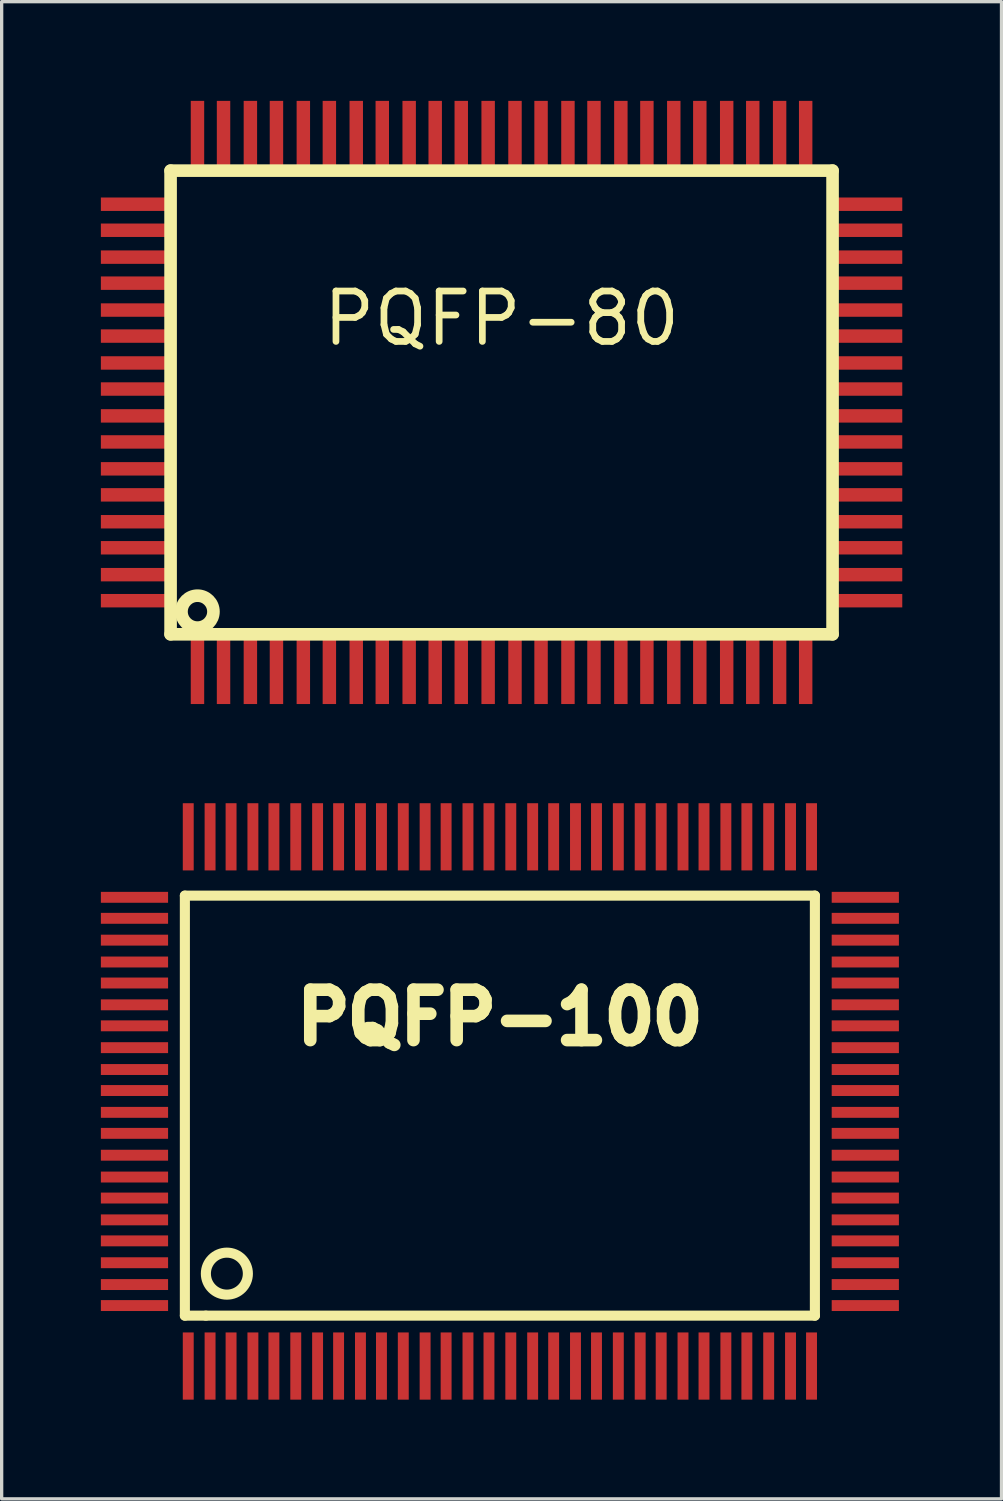
<source format=kicad_pcb>
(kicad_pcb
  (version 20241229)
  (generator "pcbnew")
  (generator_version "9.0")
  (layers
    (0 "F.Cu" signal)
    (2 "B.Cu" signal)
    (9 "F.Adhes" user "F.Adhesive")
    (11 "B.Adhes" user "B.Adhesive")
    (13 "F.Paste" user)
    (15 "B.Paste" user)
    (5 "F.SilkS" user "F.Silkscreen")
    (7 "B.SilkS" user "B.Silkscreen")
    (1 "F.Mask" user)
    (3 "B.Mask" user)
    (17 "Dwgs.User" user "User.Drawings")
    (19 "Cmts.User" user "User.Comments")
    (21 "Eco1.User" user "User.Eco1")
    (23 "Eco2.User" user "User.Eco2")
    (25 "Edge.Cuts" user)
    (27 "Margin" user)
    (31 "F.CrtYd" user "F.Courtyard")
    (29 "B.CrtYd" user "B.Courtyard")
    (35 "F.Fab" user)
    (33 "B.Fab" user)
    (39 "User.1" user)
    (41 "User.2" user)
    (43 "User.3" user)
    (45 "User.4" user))
  (footprint "PQFP-100"
    (layer "F.Cu")
    (at 12.065 30.254)
    (property "Reference" "PQFP-100" (at 0 -2.54 0) (layer "F.SilkS") (effects (font (size 1.524 1.524) (thickness 0.381))))
    (attr smd)
    (fp_line (start -9.525 -6.223) (end 9.525 -6.223) (stroke (width 0.305) (type solid)) (layer "F.SilkS"))
    (fp_line (start -9.525 6.477) (end -9.525 -6.223) (stroke (width 0.305) (type solid)) (layer "F.SilkS"))
    (fp_line (start -8.89 6.477) (end -9.525 6.477) (stroke (width 0.305) (type solid)) (layer "F.SilkS"))
    (fp_line (start 9.525 -6.223) (end 9.525 6.477) (stroke (width 0.305) (type solid)) (layer "F.SilkS"))
    (fp_line (start 9.525 6.477) (end -8.89 6.477) (stroke (width 0.305) (type solid)) (layer "F.SilkS"))
    (fp_circle (center -8.255 5.207) (end -8.255 5.842) (stroke (width 0.305) (type solid)) (fill no) (layer "F.SilkS"))
    (pad "1" smd rect (at -9.423 8.001) (size 0.33 2.032) (layers "F.Cu" "F.Mask" "F.Paste"))
    (pad "2" smd rect (at -8.763 8.001) (size 0.33 2.032) (layers "F.Cu" "F.Mask" "F.Paste"))
    (pad "3" smd rect (at -8.128 8.001) (size 0.33 2.032) (layers "F.Cu" "F.Mask" "F.Paste"))
    (pad "4" smd rect (at -7.468 8.001) (size 0.33 2.032) (layers "F.Cu" "F.Mask" "F.Paste"))
    (pad "5" smd rect (at -6.833 8.001) (size 0.33 2.032) (layers "F.Cu" "F.Mask" "F.Paste"))
    (pad "6" smd rect (at -6.172 8.001) (size 0.33 2.032) (layers "F.Cu" "F.Mask" "F.Paste"))
    (pad "7" smd rect (at -5.512 8.001) (size 0.33 2.032) (layers "F.Cu" "F.Mask" "F.Paste"))
    (pad "8" smd rect (at -4.877 8.001) (size 0.33 2.032) (layers "F.Cu" "F.Mask" "F.Paste"))
    (pad "9" smd rect (at -4.216 8.001) (size 0.33 2.032) (layers "F.Cu" "F.Mask" "F.Paste"))
    (pad "10" smd rect (at -3.581 8.001) (size 0.33 2.032) (layers "F.Cu" "F.Mask" "F.Paste"))
    (pad "11" smd rect (at -2.921 8.001) (size 0.33 2.032) (layers "F.Cu" "F.Mask" "F.Paste"))
    (pad "12" smd rect (at -2.261 8.001) (size 0.33 2.032) (layers "F.Cu" "F.Mask" "F.Paste"))
    (pad "13" smd rect (at -1.626 8.001) (size 0.33 2.032) (layers "F.Cu" "F.Mask" "F.Paste"))
    (pad "14" smd rect (at -0.965 8.001) (size 0.33 2.032) (layers "F.Cu" "F.Mask" "F.Paste"))
    (pad "15" smd rect (at -0.33 8.001) (size 0.33 2.032) (layers "F.Cu" "F.Mask" "F.Paste"))
    (pad "16" smd rect (at 0.33 8.001) (size 0.33 2.032) (layers "F.Cu" "F.Mask" "F.Paste"))
    (pad "17" smd rect (at 0.991 8.001) (size 0.33 2.032) (layers "F.Cu" "F.Mask" "F.Paste"))
    (pad "18" smd rect (at 1.626 8.001) (size 0.33 2.032) (layers "F.Cu" "F.Mask" "F.Paste"))
    (pad "19" smd rect (at 2.286 8.001) (size 0.33 2.032) (layers "F.Cu" "F.Mask" "F.Paste"))
    (pad "20" smd rect (at 2.921 8.001) (size 0.33 2.032) (layers "F.Cu" "F.Mask" "F.Paste"))
    (pad "21" smd rect (at 3.581 8.001) (size 0.33 2.032) (layers "F.Cu" "F.Mask" "F.Paste"))
    (pad "22" smd rect (at 4.242 8.001) (size 0.33 2.032) (layers "F.Cu" "F.Mask" "F.Paste"))
    (pad "23" smd rect (at 4.877 8.001) (size 0.33 2.032) (layers "F.Cu" "F.Mask" "F.Paste"))
    (pad "24" smd rect (at 5.537 8.001) (size 0.33 2.032) (layers "F.Cu" "F.Mask" "F.Paste"))
    (pad "25" smd rect (at 6.172 8.001) (size 0.33 2.032) (layers "F.Cu" "F.Mask" "F.Paste"))
    (pad "26" smd rect (at 6.833 8.001) (size 0.33 2.032) (layers "F.Cu" "F.Mask" "F.Paste"))
    (pad "27" smd rect (at 7.468 8.001) (size 0.33 2.032) (layers "F.Cu" "F.Mask" "F.Paste"))
    (pad "28" smd rect (at 8.128 8.001) (size 0.33 2.032) (layers "F.Cu" "F.Mask" "F.Paste"))
    (pad "29" smd rect (at 8.788 8.001) (size 0.33 2.032) (layers "F.Cu" "F.Mask" "F.Paste"))
    (pad "30" smd rect (at 9.423 8.001) (size 0.33 2.032) (layers "F.Cu" "F.Mask" "F.Paste"))
    (pad "31" smd rect (at 11.049 6.172) (size 2.032 0.33) (layers "F.Cu" "F.Mask" "F.Paste"))
    (pad "32" smd rect (at 11.049 5.537) (size 2.032 0.33) (layers "F.Cu" "F.Mask" "F.Paste"))
    (pad "33" smd rect (at 11.049 4.877) (size 2.032 0.33) (layers "F.Cu" "F.Mask" "F.Paste"))
    (pad "34" smd rect (at 11.049 4.216) (size 2.032 0.33) (layers "F.Cu" "F.Mask" "F.Paste"))
    (pad "35" smd rect (at 11.049 3.581) (size 2.032 0.33) (layers "F.Cu" "F.Mask" "F.Paste"))
    (pad "36" smd rect (at 11.049 2.921) (size 2.032 0.33) (layers "F.Cu" "F.Mask" "F.Paste"))
    (pad "37" smd rect (at 11.049 2.286) (size 2.032 0.33) (layers "F.Cu" "F.Mask" "F.Paste"))
    (pad "38" smd rect (at 11.049 1.626) (size 2.032 0.33) (layers "F.Cu" "F.Mask" "F.Paste"))
    (pad "39" smd rect (at 11.049 0.965) (size 2.032 0.33) (layers "F.Cu" "F.Mask" "F.Paste"))
    (pad "40" smd rect (at 11.049 0.33) (size 2.032 0.33) (layers "F.Cu" "F.Mask" "F.Paste"))
    (pad "41" smd rect (at 11.049 -0.33) (size 2.032 0.33) (layers "F.Cu" "F.Mask" "F.Paste"))
    (pad "42" smd rect (at 11.049 -0.965) (size 2.032 0.33) (layers "F.Cu" "F.Mask" "F.Paste"))
    (pad "43" smd rect (at 11.049 -1.626) (size 2.032 0.33) (layers "F.Cu" "F.Mask" "F.Paste"))
    (pad "44" smd rect (at 11.049 -2.286) (size 2.032 0.33) (layers "F.Cu" "F.Mask" "F.Paste"))
    (pad "45" smd rect (at 11.049 -2.921) (size 2.032 0.33) (layers "F.Cu" "F.Mask" "F.Paste"))
    (pad "46" smd rect (at 11.049 -3.581) (size 2.032 0.33) (layers "F.Cu" "F.Mask" "F.Paste"))
    (pad "47" smd rect (at 11.049 -4.216) (size 2.032 0.33) (layers "F.Cu" "F.Mask" "F.Paste"))
    (pad "48" smd rect (at 11.049 -4.877) (size 2.032 0.33) (layers "F.Cu" "F.Mask" "F.Paste"))
    (pad "49" smd rect (at 11.049 -5.537) (size 2.032 0.33) (layers "F.Cu" "F.Mask" "F.Paste"))
    (pad "50" smd rect (at 11.049 -6.172) (size 2.032 0.33) (layers "F.Cu" "F.Mask" "F.Paste"))
    (pad "51" smd rect (at 9.423 -8.001) (size 0.33 2.032) (layers "F.Cu" "F.Mask" "F.Paste"))
    (pad "52" smd rect (at 8.788 -8.001) (size 0.33 2.032) (layers "F.Cu" "F.Mask" "F.Paste"))
    (pad "53" smd rect (at 8.128 -8.001) (size 0.33 2.032) (layers "F.Cu" "F.Mask" "F.Paste"))
    (pad "54" smd rect (at 7.468 -8.001) (size 0.33 2.032) (layers "F.Cu" "F.Mask" "F.Paste"))
    (pad "55" smd rect (at 6.833 -8.001) (size 0.33 2.032) (layers "F.Cu" "F.Mask" "F.Paste"))
    (pad "56" smd rect (at 6.172 -8.001) (size 0.33 2.032) (layers "F.Cu" "F.Mask" "F.Paste"))
    (pad "57" smd rect (at 5.537 -8.001) (size 0.33 2.032) (layers "F.Cu" "F.Mask" "F.Paste"))
    (pad "58" smd rect (at 4.877 -8.001) (size 0.33 2.032) (layers "F.Cu" "F.Mask" "F.Paste"))
    (pad "59" smd rect (at 4.242 -8.001) (size 0.33 2.032) (layers "F.Cu" "F.Mask" "F.Paste"))
    (pad "60" smd rect (at 3.581 -8.001) (size 0.33 2.032) (layers "F.Cu" "F.Mask" "F.Paste"))
    (pad "61" smd rect (at 2.921 -8.001) (size 0.33 2.032) (layers "F.Cu" "F.Mask" "F.Paste"))
    (pad "62" smd rect (at 2.286 -8.001) (size 0.33 2.032) (layers "F.Cu" "F.Mask" "F.Paste"))
    (pad "63" smd rect (at 1.626 -8.001) (size 0.33 2.032) (layers "F.Cu" "F.Mask" "F.Paste"))
    (pad "64" smd rect (at 0.991 -8.001) (size 0.33 2.032) (layers "F.Cu" "F.Mask" "F.Paste"))
    (pad "65" smd rect (at 0.33 -8.001) (size 0.33 2.032) (layers "F.Cu" "F.Mask" "F.Paste"))
    (pad "66" smd rect (at -0.33 -8.001) (size 0.33 2.032) (layers "F.Cu" "F.Mask" "F.Paste"))
    (pad "67" smd rect (at -0.965 -8.001) (size 0.33 2.032) (layers "F.Cu" "F.Mask" "F.Paste"))
    (pad "68" smd rect (at -1.626 -8.001) (size 0.33 2.032) (layers "F.Cu" "F.Mask" "F.Paste"))
    (pad "69" smd rect (at -2.261 -8.001) (size 0.33 2.032) (layers "F.Cu" "F.Mask" "F.Paste"))
    (pad "70" smd rect (at -2.921 -8.001) (size 0.33 2.032) (layers "F.Cu" "F.Mask" "F.Paste"))
    (pad "71" smd rect (at -3.581 -8.001) (size 0.33 2.032) (layers "F.Cu" "F.Mask" "F.Paste"))
    (pad "72" smd rect (at -4.216 -8.001) (size 0.33 2.032) (layers "F.Cu" "F.Mask" "F.Paste"))
    (pad "73" smd rect (at -4.877 -8.001) (size 0.33 2.032) (layers "F.Cu" "F.Mask" "F.Paste"))
    (pad "74" smd rect (at -5.512 -8.001) (size 0.33 2.032) (layers "F.Cu" "F.Mask" "F.Paste"))
    (pad "75" smd rect (at -6.172 -8.001) (size 0.33 2.032) (layers "F.Cu" "F.Mask" "F.Paste"))
    (pad "76" smd rect (at -6.833 -8.001) (size 0.33 2.032) (layers "F.Cu" "F.Mask" "F.Paste"))
    (pad "77" smd rect (at -7.468 -8.001) (size 0.33 2.032) (layers "F.Cu" "F.Mask" "F.Paste"))
    (pad "78" smd rect (at -8.128 -8.001) (size 0.33 2.032) (layers "F.Cu" "F.Mask" "F.Paste"))
    (pad "79" smd rect (at -8.763 -8.001) (size 0.33 2.032) (layers "F.Cu" "F.Mask" "F.Paste"))
    (pad "80" smd rect (at -9.423 -8.001) (size 0.33 2.032) (layers "F.Cu" "F.Mask" "F.Paste"))
    (pad "81" smd rect (at -11.049 -6.172) (size 2.032 0.33) (layers "F.Cu" "F.Mask" "F.Paste"))
    (pad "82" smd rect (at -11.049 -5.537) (size 2.032 0.33) (layers "F.Cu" "F.Mask" "F.Paste"))
    (pad "83" smd rect (at -11.049 -4.877) (size 2.032 0.33) (layers "F.Cu" "F.Mask" "F.Paste"))
    (pad "84" smd rect (at -11.049 -4.216) (size 2.032 0.33) (layers "F.Cu" "F.Mask" "F.Paste"))
    (pad "85" smd rect (at -11.049 -3.581) (size 2.032 0.33) (layers "F.Cu" "F.Mask" "F.Paste"))
    (pad "86" smd rect (at -11.049 -2.921) (size 2.032 0.33) (layers "F.Cu" "F.Mask" "F.Paste"))
    (pad "87" smd rect (at -11.049 -2.286) (size 2.032 0.33) (layers "F.Cu" "F.Mask" "F.Paste"))
    (pad "88" smd rect (at -11.049 -1.626) (size 2.032 0.33) (layers "F.Cu" "F.Mask" "F.Paste"))
    (pad "89" smd rect (at -11.049 -0.965) (size 2.032 0.33) (layers "F.Cu" "F.Mask" "F.Paste"))
    (pad "90" smd rect (at -11.049 -0.33) (size 2.032 0.33) (layers "F.Cu" "F.Mask" "F.Paste"))
    (pad "91" smd rect (at -11.049 0.33) (size 2.032 0.33) (layers "F.Cu" "F.Mask" "F.Paste"))
    (pad "92" smd rect (at -11.049 0.965) (size 2.032 0.33) (layers "F.Cu" "F.Mask" "F.Paste"))
    (pad "93" smd rect (at -11.049 1.626) (size 2.032 0.33) (layers "F.Cu" "F.Mask" "F.Paste"))
    (pad "94" smd rect (at -11.049 2.286) (size 2.032 0.33) (layers "F.Cu" "F.Mask" "F.Paste"))
    (pad "95" smd rect (at -11.049 2.921) (size 2.032 0.33) (layers "F.Cu" "F.Mask" "F.Paste"))
    (pad "96" smd rect (at -11.049 3.581) (size 2.032 0.33) (layers "F.Cu" "F.Mask" "F.Paste"))
    (pad "97" smd rect (at -11.049 4.216) (size 2.032 0.33) (layers "F.Cu" "F.Mask" "F.Paste"))
    (pad "98" smd rect (at -11.049 4.877) (size 2.032 0.33) (layers "F.Cu" "F.Mask" "F.Paste"))
    (pad "99" smd rect (at -11.049 5.537) (size 2.032 0.33) (layers "F.Cu" "F.Mask" "F.Paste"))
    (pad "100" smd rect (at -11.049 6.172) (size 2.032 0.33) (layers "F.Cu" "F.Mask" "F.Paste")))
  (footprint "PQFP-80"
    (layer "F.Cu")
    (at 12.116 9.119)
    (property "Reference" "PQFP-80" (at 0 -2.54 0) (layer "F.SilkS") (effects (font (size 1.524 1.524) (thickness 0.203))))
    (attr smd)
    (fp_line (start -10.008 -7.01) (end -10.008 7.01) (stroke (width 0.381) (type solid)) (layer "F.SilkS"))
    (fp_line (start -10.008 7.01) (end 10.008 7.01) (stroke (width 0.381) (type solid)) (layer "F.SilkS"))
    (fp_line (start 10.008 -7.01) (end -10.008 -7.01) (stroke (width 0.381) (type solid)) (layer "F.SilkS"))
    (fp_line (start 10.008 7.01) (end 10.008 -7.01) (stroke (width 0.381) (type solid)) (layer "F.SilkS"))
    (fp_circle (center -9.195 6.325) (end -9.195 5.842) (stroke (width 0.381) (type solid)) (fill no) (layer "F.SilkS"))
    (pad "1" smd rect (at -9.195 8.103) (size 0.406 2.032) (layers "F.Cu" "F.Mask" "F.Paste"))
    (pad "2" smd rect (at -8.407 8.103) (size 0.406 2.032) (layers "F.Cu" "F.Mask" "F.Paste"))
    (pad "3" smd rect (at -7.595 8.103) (size 0.406 2.032) (layers "F.Cu" "F.Mask" "F.Paste"))
    (pad "4" smd rect (at -6.807 8.103) (size 0.406 2.032) (layers "F.Cu" "F.Mask" "F.Paste"))
    (pad "5" smd rect (at -5.994 8.103) (size 0.406 2.032) (layers "F.Cu" "F.Mask" "F.Paste"))
    (pad "6" smd rect (at -5.207 8.103) (size 0.406 2.032) (layers "F.Cu" "F.Mask" "F.Paste"))
    (pad "7" smd rect (at -4.394 8.103) (size 0.406 2.032) (layers "F.Cu" "F.Mask" "F.Paste"))
    (pad "8" smd rect (at -3.607 8.103) (size 0.406 2.032) (layers "F.Cu" "F.Mask" "F.Paste"))
    (pad "9" smd rect (at -2.794 8.103) (size 0.406 2.032) (layers "F.Cu" "F.Mask" "F.Paste"))
    (pad "10" smd rect (at -2.007 8.103) (size 0.406 2.032) (layers "F.Cu" "F.Mask" "F.Paste"))
    (pad "11" smd rect (at -1.219 8.103) (size 0.406 2.032) (layers "F.Cu" "F.Mask" "F.Paste"))
    (pad "12" smd rect (at -0.406 8.103) (size 0.406 2.032) (layers "F.Cu" "F.Mask" "F.Paste"))
    (pad "13" smd rect (at 0.406 8.103) (size 0.406 2.032) (layers "F.Cu" "F.Mask" "F.Paste"))
    (pad "14" smd rect (at 1.194 8.103) (size 0.406 2.032) (layers "F.Cu" "F.Mask" "F.Paste"))
    (pad "15" smd rect (at 2.007 8.103) (size 0.406 2.032) (layers "F.Cu" "F.Mask" "F.Paste"))
    (pad "16" smd rect (at 2.794 8.103) (size 0.406 2.032) (layers "F.Cu" "F.Mask" "F.Paste"))
    (pad "17" smd rect (at 3.607 8.103) (size 0.406 2.032) (layers "F.Cu" "F.Mask" "F.Paste"))
    (pad "18" smd rect (at 4.394 8.103) (size 0.406 2.032) (layers "F.Cu" "F.Mask" "F.Paste"))
    (pad "19" smd rect (at 5.207 8.103) (size 0.406 2.032) (layers "F.Cu" "F.Mask" "F.Paste"))
    (pad "20" smd rect (at 5.994 8.103) (size 0.406 2.032) (layers "F.Cu" "F.Mask" "F.Paste"))
    (pad "21" smd rect (at 6.807 8.103) (size 0.406 2.032) (layers "F.Cu" "F.Mask" "F.Paste"))
    (pad "22" smd rect (at 7.595 8.103) (size 0.406 2.032) (layers "F.Cu" "F.Mask" "F.Paste"))
    (pad "23" smd rect (at 8.407 8.103) (size 0.406 2.032) (layers "F.Cu" "F.Mask" "F.Paste"))
    (pad "24" smd rect (at 9.195 8.103) (size 0.406 2.032) (layers "F.Cu" "F.Mask" "F.Paste"))
    (pad "25" smd rect (at 11.1 5.994) (size 2.032 0.406) (layers "F.Cu" "F.Mask" "F.Paste"))
    (pad "26" smd rect (at 11.1 5.207) (size 2.032 0.406) (layers "F.Cu" "F.Mask" "F.Paste"))
    (pad "27" smd rect (at 11.1 4.394) (size 2.032 0.406) (layers "F.Cu" "F.Mask" "F.Paste"))
    (pad "28" smd rect (at 11.1 3.607) (size 2.032 0.406) (layers "F.Cu" "F.Mask" "F.Paste"))
    (pad "29" smd rect (at 11.1 2.794) (size 2.032 0.406) (layers "F.Cu" "F.Mask" "F.Paste"))
    (pad "30" smd rect (at 11.1 2.007) (size 2.032 0.406) (layers "F.Cu" "F.Mask" "F.Paste"))
    (pad "31" smd rect (at 11.1 1.194) (size 2.032 0.406) (layers "F.Cu" "F.Mask" "F.Paste"))
    (pad "32" smd rect (at 11.1 0.406) (size 2.032 0.406) (layers "F.Cu" "F.Mask" "F.Paste"))
    (pad "33" smd rect (at 11.1 -0.406) (size 2.032 0.406) (layers "F.Cu" "F.Mask" "F.Paste"))
    (pad "34" smd rect (at 11.1 -1.194) (size 2.032 0.406) (layers "F.Cu" "F.Mask" "F.Paste"))
    (pad "35" smd rect (at 11.1 -2.007) (size 2.032 0.406) (layers "F.Cu" "F.Mask" "F.Paste"))
    (pad "36" smd rect (at 11.1 -2.794) (size 2.032 0.406) (layers "F.Cu" "F.Mask" "F.Paste"))
    (pad "37" smd rect (at 11.1 -3.607) (size 2.032 0.406) (layers "F.Cu" "F.Mask" "F.Paste"))
    (pad "38" smd rect (at 11.1 -4.394) (size 2.032 0.406) (layers "F.Cu" "F.Mask" "F.Paste"))
    (pad "39" smd rect (at 11.1 -5.207) (size 2.032 0.406) (layers "F.Cu" "F.Mask" "F.Paste"))
    (pad "40" smd rect (at 11.1 -5.994) (size 2.032 0.406) (layers "F.Cu" "F.Mask" "F.Paste"))
    (pad "41" smd rect (at 9.195 -8.103) (size 0.406 2.032) (layers "F.Cu" "F.Mask" "F.Paste"))
    (pad "42" smd rect (at 8.407 -8.103) (size 0.406 2.032) (layers "F.Cu" "F.Mask" "F.Paste"))
    (pad "43" smd rect (at 7.595 -8.103) (size 0.406 2.032) (layers "F.Cu" "F.Mask" "F.Paste"))
    (pad "44" smd rect (at 6.807 -8.103) (size 0.406 2.032) (layers "F.Cu" "F.Mask" "F.Paste"))
    (pad "45" smd rect (at 5.994 -8.103) (size 0.406 2.032) (layers "F.Cu" "F.Mask" "F.Paste"))
    (pad "46" smd rect (at 5.207 -8.103) (size 0.406 2.032) (layers "F.Cu" "F.Mask" "F.Paste"))
    (pad "47" smd rect (at 4.394 -8.103) (size 0.406 2.032) (layers "F.Cu" "F.Mask" "F.Paste"))
    (pad "48" smd rect (at 3.607 -8.103) (size 0.406 2.032) (layers "F.Cu" "F.Mask" "F.Paste"))
    (pad "49" smd rect (at 2.794 -8.103) (size 0.406 2.032) (layers "F.Cu" "F.Mask" "F.Paste"))
    (pad "50" smd rect (at 2.007 -8.103) (size 0.406 2.032) (layers "F.Cu" "F.Mask" "F.Paste"))
    (pad "51" smd rect (at 1.194 -8.103) (size 0.406 2.032) (layers "F.Cu" "F.Mask" "F.Paste"))
    (pad "52" smd rect (at 0.406 -8.103) (size 0.406 2.032) (layers "F.Cu" "F.Mask" "F.Paste"))
    (pad "53" smd rect (at -0.406 -8.103) (size 0.406 2.032) (layers "F.Cu" "F.Mask" "F.Paste"))
    (pad "54" smd rect (at -1.219 -8.103) (size 0.406 2.032) (layers "F.Cu" "F.Mask" "F.Paste"))
    (pad "55" smd rect (at -2.007 -8.103) (size 0.406 2.032) (layers "F.Cu" "F.Mask" "F.Paste"))
    (pad "56" smd rect (at -2.794 -8.103) (size 0.406 2.032) (layers "F.Cu" "F.Mask" "F.Paste"))
    (pad "57" smd rect (at -3.607 -8.103) (size 0.406 2.032) (layers "F.Cu" "F.Mask" "F.Paste"))
    (pad "58" smd rect (at -4.394 -8.103) (size 0.406 2.032) (layers "F.Cu" "F.Mask" "F.Paste"))
    (pad "59" smd rect (at -5.207 -8.103) (size 0.406 2.032) (layers "F.Cu" "F.Mask" "F.Paste"))
    (pad "60" smd rect (at -5.994 -8.103) (size 0.406 2.032) (layers "F.Cu" "F.Mask" "F.Paste"))
    (pad "61" smd rect (at -6.807 -8.103) (size 0.406 2.032) (layers "F.Cu" "F.Mask" "F.Paste"))
    (pad "62" smd rect (at -7.595 -8.103) (size 0.406 2.032) (layers "F.Cu" "F.Mask" "F.Paste"))
    (pad "63" smd rect (at -8.407 -8.103) (size 0.406 2.032) (layers "F.Cu" "F.Mask" "F.Paste"))
    (pad "64" smd rect (at -9.195 -8.103) (size 0.406 2.032) (layers "F.Cu" "F.Mask" "F.Paste"))
    (pad "65" smd rect (at -11.1 -5.994) (size 2.032 0.406) (layers "F.Cu" "F.Mask" "F.Paste"))
    (pad "66" smd rect (at -11.1 -5.207) (size 2.032 0.406) (layers "F.Cu" "F.Mask" "F.Paste"))
    (pad "67" smd rect (at -11.1 -4.394) (size 2.032 0.406) (layers "F.Cu" "F.Mask" "F.Paste"))
    (pad "68" smd rect (at -11.1 -3.607) (size 2.032 0.406) (layers "F.Cu" "F.Mask" "F.Paste"))
    (pad "69" smd rect (at -11.1 -2.794) (size 2.032 0.406) (layers "F.Cu" "F.Mask" "F.Paste"))
    (pad "70" smd rect (at -11.1 -2.007) (size 2.032 0.406) (layers "F.Cu" "F.Mask" "F.Paste"))
    (pad "71" smd rect (at -11.1 -1.194) (size 2.032 0.406) (layers "F.Cu" "F.Mask" "F.Paste"))
    (pad "72" smd rect (at -11.1 -0.406) (size 2.032 0.406) (layers "F.Cu" "F.Mask" "F.Paste"))
    (pad "73" smd rect (at -11.1 0.406) (size 2.032 0.406) (layers "F.Cu" "F.Mask" "F.Paste"))
    (pad "74" smd rect (at -11.1 1.194) (size 2.032 0.406) (layers "F.Cu" "F.Mask" "F.Paste"))
    (pad "75" smd rect (at -11.1 2.007) (size 2.032 0.406) (layers "F.Cu" "F.Mask" "F.Paste"))
    (pad "76" smd rect (at -11.1 2.794) (size 2.032 0.406) (layers "F.Cu" "F.Mask" "F.Paste"))
    (pad "77" smd rect (at -11.1 3.607) (size 2.032 0.406) (layers "F.Cu" "F.Mask" "F.Paste"))
    (pad "78" smd rect (at -11.1 4.394) (size 2.032 0.406) (layers "F.Cu" "F.Mask" "F.Paste"))
    (pad "79" smd rect (at -11.1 5.207) (size 2.032 0.406) (layers "F.Cu" "F.Mask" "F.Paste"))
    (pad "80" smd rect (at -11.1 5.994) (size 2.032 0.406) (layers "F.Cu" "F.Mask" "F.Paste")))
  (gr_rect
    (start -3 -3)
    (end 27.232 42.271)
    (stroke (width 0.1) (type default))
    (fill no)
    (layer "Edge.Cuts")))
</source>
